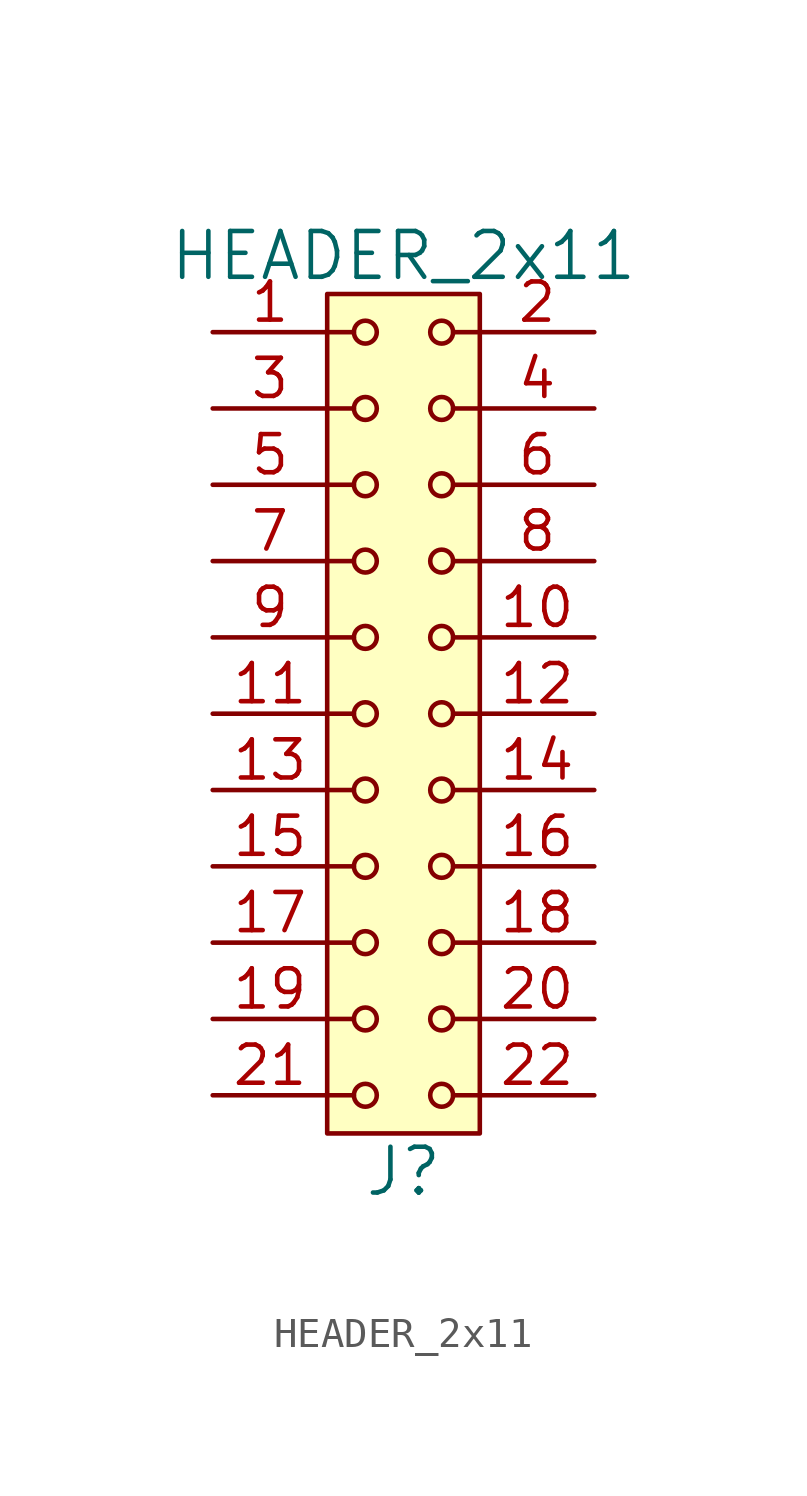
<source format=kicad_sym>
(kicad_symbol_lib
  (version 20211014)
  (generator kicad_symbol_editor)
  (symbol "HEADER_2x11"
    (pin_names
      (offset 1.016))
    (property "Reference" "J"
      (at 0 -15.24 0)
      (effects (font (size 1.524 1.524))))
    (property "Value" "HEADER_2x11"
      (at 0 15.24 0)
      (effects (font (size 1.524 1.524))))
    (property "Footprint" ""
      (at 0 12.7 0)
      (effects (font (size 1.524 1.524))))
    (property "Datasheet" ""
      (at 0 12.7 0)
      (effects (font (size 1.524 1.524))))
    (symbol "HEADER_2x11_0_1"
      (rectangle (start -2.54 13.97) (end 2.54 -13.97) (stroke (width 0) (type default) (color 0 0 0 0)) (fill (type background)))
      (circle (center -1.27 -12.7) (radius 0.381) (stroke (width 0) (type default) (color 0 0 0 0)) (fill (type none)))
      (circle (center -1.27 -10.16) (radius 0.381) (stroke (width 0) (type default) (color 0 0 0 0)) (fill (type none)))
      (circle (center -1.27 -7.62) (radius 0.381) (stroke (width 0) (type default) (color 0 0 0 0)) (fill (type none)))
      (circle (center -1.27 -5.08) (radius 0.381) (stroke (width 0) (type default) (color 0 0 0 0)) (fill (type none)))
      (circle (center -1.27 -2.54) (radius 0.381) (stroke (width 0) (type default) (color 0 0 0 0)) (fill (type none)))
      (circle (center -1.27 0) (radius 0.381) (stroke (width 0) (type default) (color 0 0 0 0)) (fill (type none)))
      (circle (center -1.27 2.54) (radius 0.381) (stroke (width 0) (type default) (color 0 0 0 0)) (fill (type none)))
      (circle (center -1.27 5.08) (radius 0.381) (stroke (width 0) (type default) (color 0 0 0 0)) (fill (type none)))
      (circle (center -1.27 7.62) (radius 0.381) (stroke (width 0) (type default) (color 0 0 0 0)) (fill (type none)))
      (circle (center -1.27 10.16) (radius 0.381) (stroke (width 0) (type default) (color 0 0 0 0)) (fill (type none)))
      (circle (center -1.27 12.7) (radius 0.381) (stroke (width 0) (type default) (color 0 0 0 0)) (fill (type none)))
      (polyline (pts (xy -1.651 -12.7) (xy -2.54 -12.7)) (stroke (width 0) (type default) (color 0 0 0 0)) (fill (type none)))
      (polyline (pts (xy -1.651 -10.16) (xy -2.54 -10.16)) (stroke (width 0) (type default) (color 0 0 0 0)) (fill (type none)))
      (polyline (pts (xy -1.651 -7.62) (xy -2.54 -7.62)) (stroke (width 0) (type default) (color 0 0 0 0)) (fill (type none)))
      (polyline (pts (xy -1.651 -5.08) (xy -2.54 -5.08)) (stroke (width 0) (type default) (color 0 0 0 0)) (fill (type none)))
      (polyline (pts (xy -1.651 -2.54) (xy -2.54 -2.54)) (stroke (width 0) (type default) (color 0 0 0 0)) (fill (type none)))
      (polyline (pts (xy -1.651 0) (xy -2.54 0)) (stroke (width 0) (type default) (color 0 0 0 0)) (fill (type none)))
      (polyline (pts (xy -1.651 2.54) (xy -2.54 2.54)) (stroke (width 0) (type default) (color 0 0 0 0)) (fill (type none)))
      (polyline (pts (xy -1.651 5.08) (xy -2.54 5.08)) (stroke (width 0) (type default) (color 0 0 0 0)) (fill (type none)))
      (polyline (pts (xy -1.651 7.62) (xy -2.54 7.62)) (stroke (width 0) (type default) (color 0 0 0 0)) (fill (type none)))
      (polyline (pts (xy -1.651 10.16) (xy -2.54 10.16)) (stroke (width 0) (type default) (color 0 0 0 0)) (fill (type none)))
      (polyline (pts (xy -1.651 12.7) (xy -2.54 12.7)) (stroke (width 0) (type default) (color 0 0 0 0)) (fill (type none)))
      (polyline (pts (xy 1.651 -12.7) (xy 2.54 -12.7)) (stroke (width 0) (type default) (color 0 0 0 0)) (fill (type none)))
      (polyline (pts (xy 1.651 -10.16) (xy 2.54 -10.16)) (stroke (width 0) (type default) (color 0 0 0 0)) (fill (type none)))
      (polyline (pts (xy 1.651 -7.62) (xy 2.54 -7.62)) (stroke (width 0) (type default) (color 0 0 0 0)) (fill (type none)))
      (polyline (pts (xy 1.651 -5.08) (xy 2.54 -5.08)) (stroke (width 0) (type default) (color 0 0 0 0)) (fill (type none)))
      (polyline (pts (xy 1.651 -2.54) (xy 2.54 -2.54)) (stroke (width 0) (type default) (color 0 0 0 0)) (fill (type none)))
      (polyline (pts (xy 1.651 0) (xy 2.54 0)) (stroke (width 0) (type default) (color 0 0 0 0)) (fill (type none)))
      (polyline (pts (xy 1.651 2.54) (xy 2.54 2.54)) (stroke (width 0) (type default) (color 0 0 0 0)) (fill (type none)))
      (polyline (pts (xy 1.651 5.08) (xy 2.54 5.08)) (stroke (width 0) (type default) (color 0 0 0 0)) (fill (type none)))
      (polyline (pts (xy 1.651 7.62) (xy 2.54 7.62)) (stroke (width 0) (type default) (color 0 0 0 0)) (fill (type none)))
      (polyline (pts (xy 1.651 10.16) (xy 2.54 10.16)) (stroke (width 0) (type default) (color 0 0 0 0)) (fill (type none)))
      (polyline (pts (xy 1.651 12.7) (xy 2.54 12.7)) (stroke (width 0) (type default) (color 0 0 0 0)) (fill (type none)))
      (circle (center 1.27 -12.7) (radius 0.381) (stroke (width 0) (type default) (color 0 0 0 0)) (fill (type none)))
      (circle (center 1.27 -10.16) (radius 0.381) (stroke (width 0) (type default) (color 0 0 0 0)) (fill (type none)))
      (circle (center 1.27 -7.62) (radius 0.381) (stroke (width 0) (type default) (color 0 0 0 0)) (fill (type none)))
      (circle (center 1.27 -5.08) (radius 0.381) (stroke (width 0) (type default) (color 0 0 0 0)) (fill (type none)))
      (circle (center 1.27 -2.54) (radius 0.381) (stroke (width 0) (type default) (color 0 0 0 0)) (fill (type none)))
      (circle (center 1.27 0) (radius 0.381) (stroke (width 0) (type default) (color 0 0 0 0)) (fill (type none)))
      (circle (center 1.27 2.54) (radius 0.381) (stroke (width 0) (type default) (color 0 0 0 0)) (fill (type none)))
      (circle (center 1.27 5.08) (radius 0.381) (stroke (width 0) (type default) (color 0 0 0 0)) (fill (type none)))
      (circle (center 1.27 7.62) (radius 0.381) (stroke (width 0) (type default) (color 0 0 0 0)) (fill (type none)))
      (circle (center 1.27 10.16) (radius 0.381) (stroke (width 0) (type default) (color 0 0 0 0)) (fill (type none)))
      (circle (center 1.27 12.7) (radius 0.381) (stroke (width 0) (type default) (color 0 0 0 0)) (fill (type none))))
    (symbol "HEADER_2x11_1_1"
      (pin input line (at -6.35 12.7 0) (length 3.81) (name "~" (effects (font (size 1.27 1.27)))) (number "1" (effects (font (size 1.27 1.27)))))
      (pin input line (at 6.35 2.54 180) (length 3.81) (name "~" (effects (font (size 1.27 1.27)))) (number "10" (effects (font (size 1.27 1.27)))))
      (pin input line (at -6.35 0 0) (length 3.81) (name "~" (effects (font (size 1.27 1.27)))) (number "11" (effects (font (size 1.27 1.27)))))
      (pin input line (at 6.35 0 180) (length 3.81) (name "~" (effects (font (size 1.27 1.27)))) (number "12" (effects (font (size 1.27 1.27)))))
      (pin input line (at -6.35 -2.54 0) (length 3.81) (name "~" (effects (font (size 1.27 1.27)))) (number "13" (effects (font (size 1.27 1.27)))))
      (pin input line (at 6.35 -2.54 180) (length 3.81) (name "~" (effects (font (size 1.27 1.27)))) (number "14" (effects (font (size 1.27 1.27)))))
      (pin input line (at -6.35 -5.08 0) (length 3.81) (name "~" (effects (font (size 1.27 1.27)))) (number "15" (effects (font (size 1.27 1.27)))))
      (pin input line (at 6.35 -5.08 180) (length 3.81) (name "~" (effects (font (size 1.27 1.27)))) (number "16" (effects (font (size 1.27 1.27)))))
      (pin input line (at -6.35 -7.62 0) (length 3.81) (name "~" (effects (font (size 1.27 1.27)))) (number "17" (effects (font (size 1.27 1.27)))))
      (pin input line (at 6.35 -7.62 180) (length 3.81) (name "~" (effects (font (size 1.27 1.27)))) (number "18" (effects (font (size 1.27 1.27)))))
      (pin input line (at -6.35 -10.16 0) (length 3.81) (name "~" (effects (font (size 1.27 1.27)))) (number "19" (effects (font (size 1.27 1.27)))))
      (pin input line (at 6.35 12.7 180) (length 3.81) (name "~" (effects (font (size 1.27 1.27)))) (number "2" (effects (font (size 1.27 1.27)))))
      (pin input line (at 6.35 -10.16 180) (length 3.81) (name "~" (effects (font (size 1.27 1.27)))) (number "20" (effects (font (size 1.27 1.27)))))
      (pin input line (at -6.35 -12.7 0) (length 3.81) (name "~" (effects (font (size 1.27 1.27)))) (number "21" (effects (font (size 1.27 1.27)))))
      (pin input line (at 6.35 -12.7 180) (length 3.81) (name "~" (effects (font (size 1.27 1.27)))) (number "22" (effects (font (size 1.27 1.27)))))
      (pin input line (at -6.35 10.16 0) (length 3.81) (name "~" (effects (font (size 1.27 1.27)))) (number "3" (effects (font (size 1.27 1.27)))))
      (pin input line (at 6.35 10.16 180) (length 3.81) (name "~" (effects (font (size 1.27 1.27)))) (number "4" (effects (font (size 1.27 1.27)))))
      (pin input line (at -6.35 7.62 0) (length 3.81) (name "~" (effects (font (size 1.27 1.27)))) (number "5" (effects (font (size 1.27 1.27)))))
      (pin input line (at 6.35 7.62 180) (length 3.81) (name "~" (effects (font (size 1.27 1.27)))) (number "6" (effects (font (size 1.27 1.27)))))
      (pin input line (at -6.35 5.08 0) (length 3.81) (name "~" (effects (font (size 1.27 1.27)))) (number "7" (effects (font (size 1.27 1.27)))))
      (pin input line (at 6.35 5.08 180) (length 3.81) (name "~" (effects (font (size 1.27 1.27)))) (number "8" (effects (font (size 1.27 1.27)))))
      (pin input line (at -6.35 2.54 0) (length 3.81) (name "~" (effects (font (size 1.27 1.27)))) (number "9" (effects (font (size 1.27 1.27))))))))
</source>
